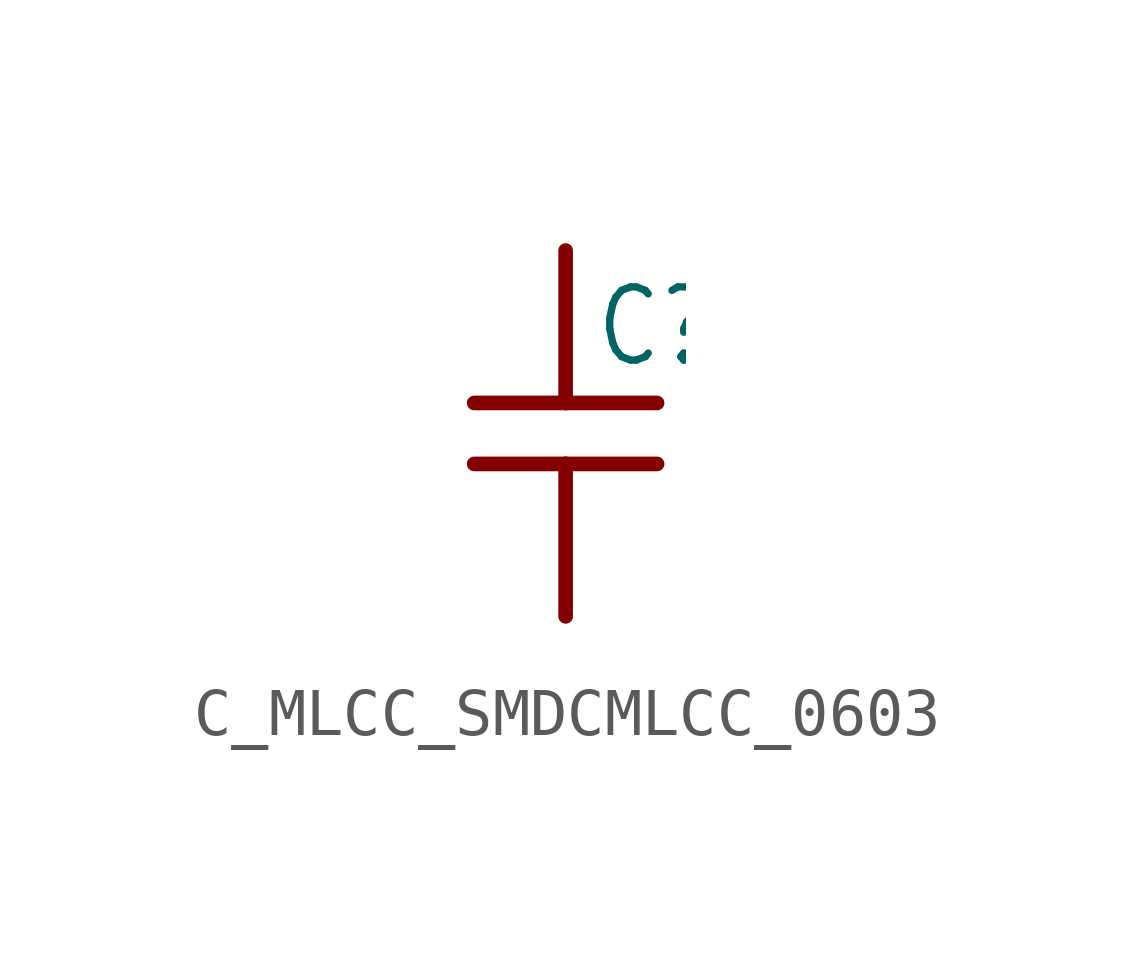
<source format=kicad_sym>
(kicad_symbol_lib
  (version 20231120)
  (generator "kicad_symbol_editor")
  (generator_version "8.0")
  (symbol "C_MLCC_SMDCMLCC_0603"
    (property "Reference" "C"
      (at 0.572 0.064 0)
      (effects (font (size 1.524 1.295)) (justify left bottom)))
    (property "Value" ""
      (at 0.572 -4.381 0)
      (effects (font (size 1.524 1.295)) (justify left bottom)))
    (property "ki_locked" ""
      (at 0 0 0)
      (effects (font (size 1.27 1.27))))
    (symbol "C_MLCC_SMDCMLCC_0603_1_0"
      (polyline (pts (xy -1.905 -1.905) (xy 0 -1.905)) (stroke (width 0.305) (type solid)) (fill (type none)))
      (polyline (pts (xy 0 -1.905) (xy 0 -5.08)) (stroke (width 0.305) (type solid)) (fill (type none)))
      (polyline (pts (xy 0 -1.905) (xy 1.905 -1.905)) (stroke (width 0.305) (type solid)) (fill (type none)))
      (polyline (pts (xy 0 -0.635) (xy -1.905 -0.635)) (stroke (width 0.305) (type solid)) (fill (type none)))
      (polyline (pts (xy 0 -0.635) (xy 0 2.54)) (stroke (width 0.305) (type solid)) (fill (type none)))
      (polyline (pts (xy 1.905 -0.635) (xy 0 -0.635)) (stroke (width 0.305) (type solid)) (fill (type none)))
      (pin passive line (at 0 2.54 270) (length 0) (name "1" (effects (font (size 0 0)))) (number "P$1" (effects (font (size 0 0)))))
      (pin passive line (at 0 -5.08 90) (length 0) (name "2" (effects (font (size 0 0)))) (number "P$2" (effects (font (size 0 0))))))))
</source>
